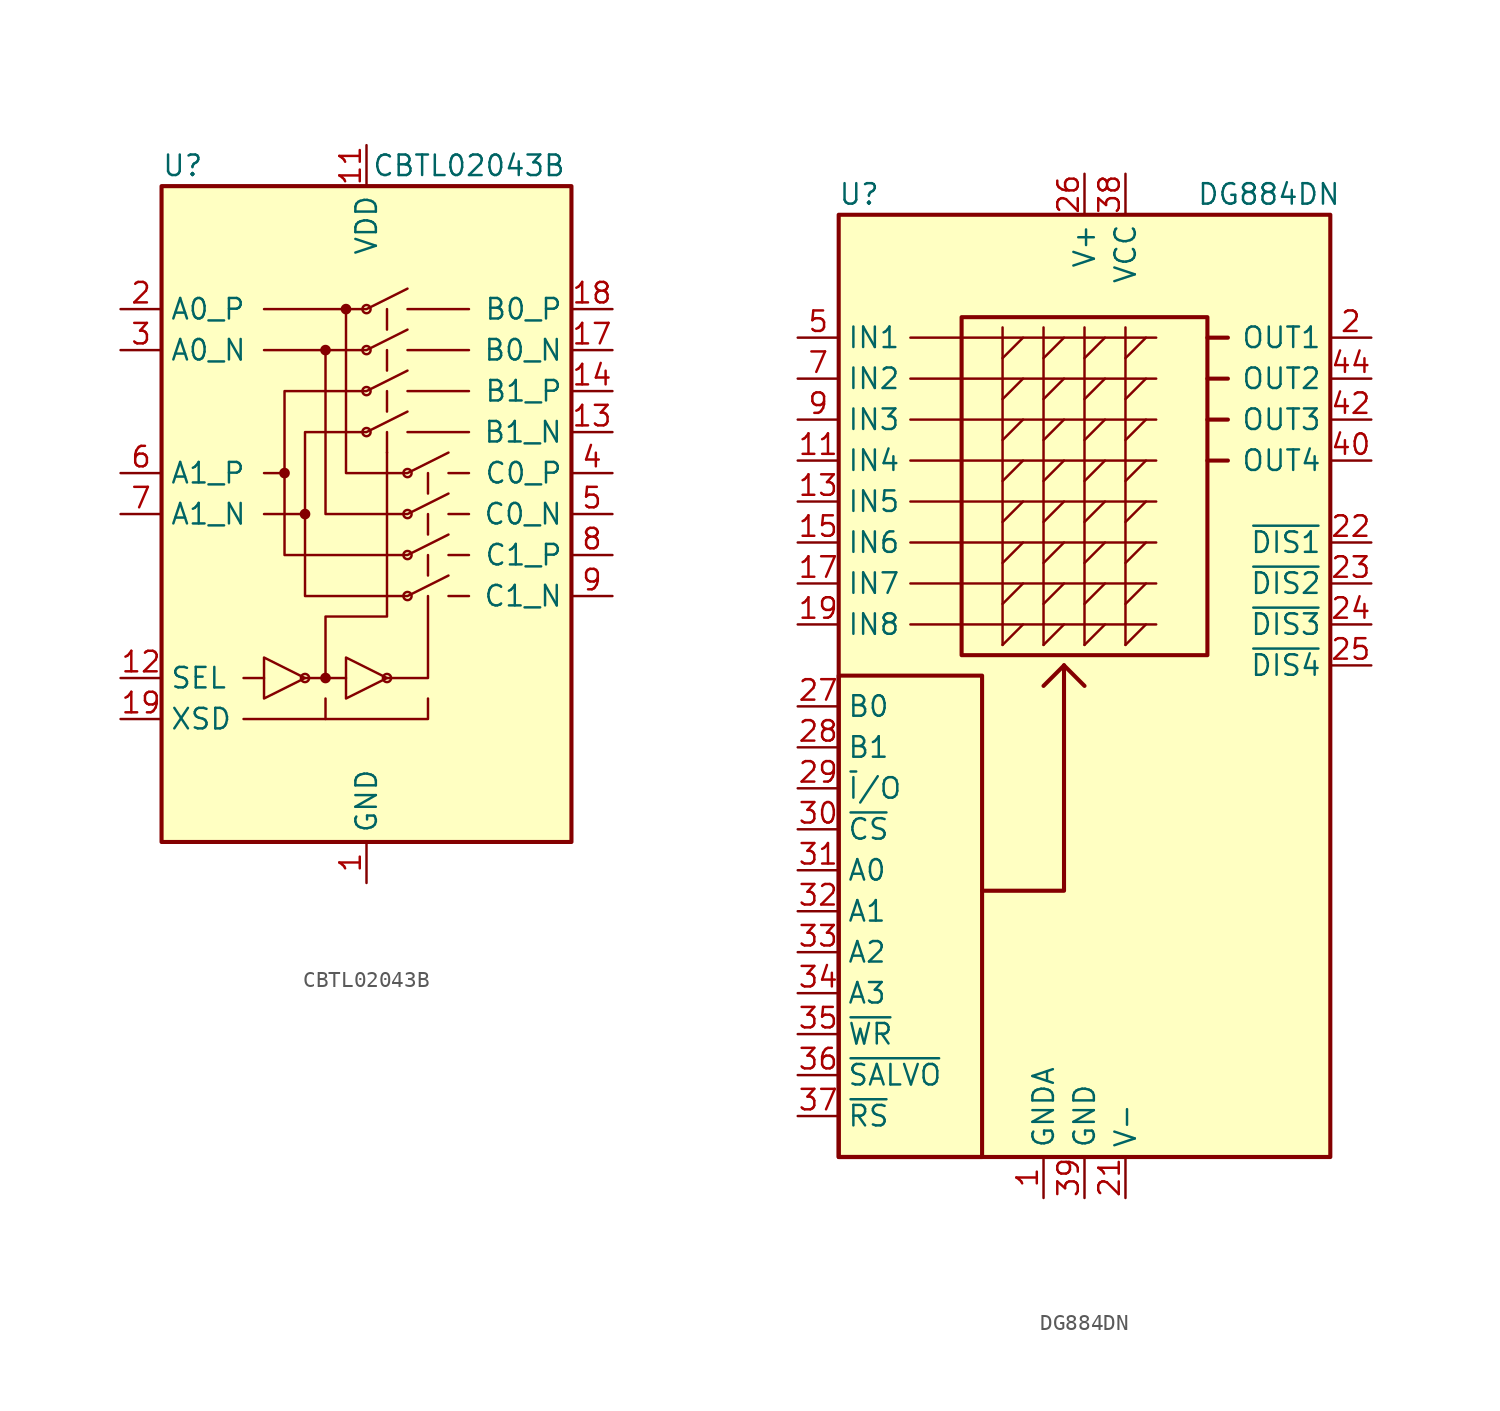
<source format=kicad_sym>
(kicad_symbol_lib
  (version 20201005)
  (generator kicad_symbol_editor)
  (symbol "Analog_Switch:CBTL02043B"
    (property "Reference" "U"
      (at -12.7 21.59 0)
      (effects (font (size 1.27 1.27)) (justify left)))
    (property "Value" "CBTL02043B"
      (at 6.35 21.59 0)
      (effects (font (size 1.27 1.27))))
    (symbol "CBTL02043B_0_1"
      (circle (center -5.08 2.54) (radius 0.254) (stroke (width 0)) (fill (type outline)))
      (circle (center -3.81 0) (radius 0.254) (stroke (width 0)) (fill (type outline)))
      (circle (center -2.54 10.16) (radius 0.254) (stroke (width 0)) (fill (type outline)))
      (circle (center -1.27 12.7) (radius 0.254) (stroke (width 0)) (fill (type outline)))
      (rectangle (start -12.7 20.32) (end 12.7 -20.32) (stroke (width 0.254)) (fill (type background)))
      (polyline (pts (xy -7.62 -10.16) (xy -6.35 -10.16)) (stroke (width 0)) (fill (type none)))
      (polyline (pts (xy -2.54 -12.7) (xy -2.54 -11.43)) (stroke (width 0)) (fill (type none)))
      (polyline (pts (xy -7.62 -12.7) (xy 3.81 -12.7) (xy 3.81 -11.43)) (stroke (width 0)) (fill (type none)))
      (polyline (pts (xy 1.27 -10.16) (xy -1.27 -8.89) (xy -1.27 -11.43) (xy 1.27 -10.16)) (stroke (width 0)) (fill (type none)))
      (polyline (pts (xy 5.08 -3.81) (xy 2.54 -5.08) (xy -3.81 -5.08) (xy -3.81 0)) (stroke (width 0)) (fill (type none)))
      (polyline (pts (xy 5.08 -1.27) (xy 2.54 -2.54) (xy -5.08 -2.54) (xy -5.08 2.54)) (stroke (width 0)) (fill (type none)))
      (polyline (pts (xy 5.08 1.27) (xy 2.54 0) (xy -2.54 0) (xy -2.54 10.16)) (stroke (width 0)) (fill (type none)))
      (polyline (pts (xy 5.08 3.81) (xy 2.54 2.54) (xy -1.27 2.54) (xy -1.27 12.7)) (stroke (width 0)) (fill (type none))))
    (symbol "CBTL02043B_1_1"
      (circle (center -3.81 -10.16) (radius 0.254) (stroke (width 0)) (fill (type none)))
      (circle (center -2.54 -10.16) (radius 0.254) (stroke (width 0)) (fill (type outline)))
      (circle (center 0 5.08) (radius 0.254) (stroke (width 0)) (fill (type none)))
      (circle (center 0 7.62) (radius 0.254) (stroke (width 0)) (fill (type none)))
      (circle (center 0 10.16) (radius 0.254) (stroke (width 0)) (fill (type none)))
      (circle (center 0 12.7) (radius 0.254) (stroke (width 0)) (fill (type none)))
      (circle (center 1.27 -10.16) (radius 0.254) (stroke (width 0)) (fill (type none)))
      (circle (center 2.54 -5.08) (radius 0.254) (stroke (width 0)) (fill (type none)))
      (circle (center 2.54 -2.54) (radius 0.254) (stroke (width 0)) (fill (type none)))
      (circle (center 2.54 0) (radius 0.254) (stroke (width 0)) (fill (type none)))
      (circle (center 2.54 2.54) (radius 0.254) (stroke (width 0)) (fill (type none)))
      (polyline (pts (xy -2.54 -10.16) (xy -1.27 -10.16)) (stroke (width 0)) (fill (type none)))
      (polyline (pts (xy 1.27 5.08) (xy 1.27 3.81)) (stroke (width 0)) (fill (type none)))
      (polyline (pts (xy 1.27 7.62) (xy 1.27 6.35)) (stroke (width 0)) (fill (type none)))
      (polyline (pts (xy 1.27 10.16) (xy 1.27 8.89)) (stroke (width 0)) (fill (type none)))
      (polyline (pts (xy 1.27 12.7) (xy 1.27 11.43)) (stroke (width 0)) (fill (type none)))
      (polyline (pts (xy 3.81 -3.81) (xy 3.81 -2.54)) (stroke (width 0)) (fill (type none)))
      (polyline (pts (xy 3.81 -1.27) (xy 3.81 0)) (stroke (width 0)) (fill (type none)))
      (polyline (pts (xy 3.81 1.27) (xy 3.81 2.54)) (stroke (width 0)) (fill (type none)))
      (polyline (pts (xy 6.35 -5.08) (xy 5.08 -5.08)) (stroke (width 0)) (fill (type none)))
      (polyline (pts (xy 6.35 -2.54) (xy 5.08 -2.54)) (stroke (width 0)) (fill (type none)))
      (polyline (pts (xy 6.35 0) (xy 5.08 0)) (stroke (width 0)) (fill (type none)))
      (polyline (pts (xy 6.35 2.54) (xy 5.08 2.54)) (stroke (width 0)) (fill (type none)))
      (polyline (pts (xy 6.35 5.08) (xy 2.54 5.08)) (stroke (width 0)) (fill (type none)))
      (polyline (pts (xy 6.35 7.62) (xy 2.54 7.62)) (stroke (width 0)) (fill (type none)))
      (polyline (pts (xy 6.35 10.16) (xy 2.54 10.16)) (stroke (width 0)) (fill (type none)))
      (polyline (pts (xy 6.35 12.7) (xy 2.54 12.7)) (stroke (width 0)) (fill (type none)))
      (polyline (pts (xy -6.35 10.16) (xy 0 10.16) (xy 2.54 11.43)) (stroke (width 0)) (fill (type none)))
      (polyline (pts (xy -6.35 12.7) (xy 0 12.7) (xy 2.54 13.97)) (stroke (width 0)) (fill (type none)))
      (polyline (pts (xy 1.27 -10.16) (xy 3.81 -10.16) (xy 3.81 -5.08)) (stroke (width 0)) (fill (type none)))
      (polyline (pts (xy -3.81 -10.16) (xy -6.35 -8.89) (xy -6.35 -11.43) (xy -3.81 -10.16)) (stroke (width 0)) (fill (type none)))
      (polyline (pts (xy -6.35 0) (xy -3.81 0) (xy -3.81 5.08) (xy 0 5.08) (xy 2.54 6.35)) (stroke (width 0)) (fill (type none)))
      (polyline (pts (xy -6.35 2.54) (xy -5.08 2.54) (xy -5.08 7.62) (xy 0 7.62) (xy 2.54 8.89)) (stroke (width 0)) (fill (type none)))
      (polyline (pts (xy 1.27 3.81) (xy 1.27 -6.35) (xy -2.54 -6.35) (xy -2.54 -10.16) (xy -3.81 -10.16)) (stroke (width 0)) (fill (type none)))
      (pin power_in line (at 0 -22.86 90) (length 2.54) (name "GND" (effects (font (size 1.27 1.27)))) (number "1" (effects (font (size 1.27 1.27)))))
      (pin passive line (at 0 -22.86 90) (length 2.54) hide (name "GND" (effects (font (size 1.27 1.27)))) (number "10" (effects (font (size 1.27 1.27)))))
      (pin power_in line (at 0 22.86 270) (length 2.54) (name "VDD" (effects (font (size 1.27 1.27)))) (number "11" (effects (font (size 1.27 1.27)))))
      (pin input line (at -15.24 -10.16 0) (length 2.54) (name "SEL" (effects (font (size 1.27 1.27)))) (number "12" (effects (font (size 1.27 1.27)))))
      (pin passive line (at 15.24 5.08 180) (length 2.54) (name "B1_N" (effects (font (size 1.27 1.27)))) (number "13" (effects (font (size 1.27 1.27)))))
      (pin passive line (at 15.24 7.62 180) (length 2.54) (name "B1_P" (effects (font (size 1.27 1.27)))) (number "14" (effects (font (size 1.27 1.27)))))
      (pin passive line (at 0 -22.86 90) (length 2.54) hide (name "GND" (effects (font (size 1.27 1.27)))) (number "15" (effects (font (size 1.27 1.27)))))
      (pin passive line (at 0 22.86 270) (length 2.54) hide (name "VDD" (effects (font (size 1.27 1.27)))) (number "16" (effects (font (size 1.27 1.27)))))
      (pin passive line (at 15.24 10.16 180) (length 2.54) (name "B0_N" (effects (font (size 1.27 1.27)))) (number "17" (effects (font (size 1.27 1.27)))))
      (pin passive line (at 15.24 12.7 180) (length 2.54) (name "B0_P" (effects (font (size 1.27 1.27)))) (number "18" (effects (font (size 1.27 1.27)))))
      (pin input line (at -15.24 -12.7 0) (length 2.54) (name "XSD" (effects (font (size 1.27 1.27)))) (number "19" (effects (font (size 1.27 1.27)))))
      (pin passive line (at -15.24 12.7 0) (length 2.54) (name "A0_P" (effects (font (size 1.27 1.27)))) (number "2" (effects (font (size 1.27 1.27)))))
      (pin passive line (at 0 22.86 270) (length 2.54) hide (name "VDD" (effects (font (size 1.27 1.27)))) (number "20" (effects (font (size 1.27 1.27)))))
      (pin passive line (at 0 -22.86 90) (length 2.54) hide (name "GND" (effects (font (size 1.27 1.27)))) (number "21" (effects (font (size 1.27 1.27)))))
      (pin passive line (at -15.24 10.16 0) (length 2.54) (name "A0_N" (effects (font (size 1.27 1.27)))) (number "3" (effects (font (size 1.27 1.27)))))
      (pin passive line (at 15.24 2.54 180) (length 2.54) (name "C0_P" (effects (font (size 1.27 1.27)))) (number "4" (effects (font (size 1.27 1.27)))))
      (pin passive line (at 15.24 0 180) (length 2.54) (name "C0_N" (effects (font (size 1.27 1.27)))) (number "5" (effects (font (size 1.27 1.27)))))
      (pin passive line (at -15.24 2.54 0) (length 2.54) (name "A1_P" (effects (font (size 1.27 1.27)))) (number "6" (effects (font (size 1.27 1.27)))))
      (pin passive line (at -15.24 0 0) (length 2.54) (name "A1_N" (effects (font (size 1.27 1.27)))) (number "7" (effects (font (size 1.27 1.27)))))
      (pin passive line (at 15.24 -2.54 180) (length 2.54) (name "C1_P" (effects (font (size 1.27 1.27)))) (number "8" (effects (font (size 1.27 1.27)))))
      (pin passive line (at 15.24 -5.08 180) (length 2.54) (name "C1_N" (effects (font (size 1.27 1.27)))) (number "9" (effects (font (size 1.27 1.27)))))))
  (symbol "Analog_Switch:DG884DN"
    (property "Reference" "U"
      (at -13.97 34.29 0)
      (effects (font (size 1.27 1.27))))
    (property "Value" "DG884DN"
      (at 11.43 34.29 0)
      (effects (font (size 1.27 1.27))))
    (symbol "DG884DN_0_1"
      (rectangle (start -15.24 -25.4) (end 15.24 33.02) (stroke (width 0.254)) (fill (type background)))
      (rectangle (start -15.24 4.445) (end -6.35 -25.4) (stroke (width 0.254)) (fill (type none)))
      (rectangle (start -7.62 26.67) (end 7.62 5.715) (stroke (width 0.254)) (fill (type none)))
      (polyline (pts (xy -10.795 7.62) (xy 4.445 7.62)) (stroke (width 0)) (fill (type none)))
      (polyline (pts (xy -10.795 10.16) (xy 4.445 10.16)) (stroke (width 0)) (fill (type none)))
      (polyline (pts (xy -10.795 12.7) (xy 4.445 12.7)) (stroke (width 0)) (fill (type none)))
      (polyline (pts (xy -10.795 15.24) (xy 4.445 15.24)) (stroke (width 0)) (fill (type none)))
      (polyline (pts (xy -10.795 17.78) (xy 4.445 17.78)) (stroke (width 0)) (fill (type none)))
      (polyline (pts (xy -10.795 20.32) (xy 4.445 20.32)) (stroke (width 0)) (fill (type none)))
      (polyline (pts (xy -10.795 22.86) (xy 4.445 22.86)) (stroke (width 0)) (fill (type none)))
      (polyline (pts (xy -10.795 25.4) (xy 4.445 25.4)) (stroke (width 0)) (fill (type none)))
      (polyline (pts (xy -5.08 6.35) (xy -3.81 7.62)) (stroke (width 0)) (fill (type none)))
      (polyline (pts (xy -5.08 8.89) (xy -3.81 10.16)) (stroke (width 0)) (fill (type none)))
      (polyline (pts (xy -5.08 11.43) (xy -3.81 12.7)) (stroke (width 0)) (fill (type none)))
      (polyline (pts (xy -5.08 13.97) (xy -3.81 15.24)) (stroke (width 0)) (fill (type none)))
      (polyline (pts (xy -5.08 16.51) (xy -3.81 17.78)) (stroke (width 0)) (fill (type none)))
      (polyline (pts (xy -5.08 19.05) (xy -3.81 20.32)) (stroke (width 0)) (fill (type none)))
      (polyline (pts (xy -5.08 21.59) (xy -3.81 22.86)) (stroke (width 0)) (fill (type none)))
      (polyline (pts (xy -5.08 24.13) (xy -3.81 25.4)) (stroke (width 0)) (fill (type none)))
      (polyline (pts (xy -5.08 26.035) (xy -5.08 6.35)) (stroke (width 0)) (fill (type none)))
      (polyline (pts (xy -2.54 6.35) (xy -1.27 7.62)) (stroke (width 0)) (fill (type none)))
      (polyline (pts (xy -2.54 8.89) (xy -1.27 10.16)) (stroke (width 0)) (fill (type none)))
      (polyline (pts (xy -2.54 11.43) (xy -1.27 12.7)) (stroke (width 0)) (fill (type none)))
      (polyline (pts (xy -2.54 13.97) (xy -1.27 15.24)) (stroke (width 0)) (fill (type none)))
      (polyline (pts (xy -2.54 16.51) (xy -1.27 17.78)) (stroke (width 0)) (fill (type none)))
      (polyline (pts (xy -2.54 19.05) (xy -1.27 20.32)) (stroke (width 0)) (fill (type none)))
      (polyline (pts (xy -2.54 21.59) (xy -1.27 22.86)) (stroke (width 0)) (fill (type none)))
      (polyline (pts (xy -2.54 24.13) (xy -1.27 25.4)) (stroke (width 0)) (fill (type none)))
      (polyline (pts (xy -2.54 26.035) (xy -2.54 6.35)) (stroke (width 0)) (fill (type none)))
      (polyline (pts (xy -1.27 5.08) (xy -2.54 3.81)) (stroke (width 0.254)) (fill (type none)))
      (polyline (pts (xy -1.27 5.08) (xy 0 3.81)) (stroke (width 0.254)) (fill (type none)))
      (polyline (pts (xy 0 6.35) (xy 1.27 7.62)) (stroke (width 0)) (fill (type none)))
      (polyline (pts (xy 0 8.89) (xy 1.27 10.16)) (stroke (width 0)) (fill (type none)))
      (polyline (pts (xy 0 11.43) (xy 1.27 12.7)) (stroke (width 0)) (fill (type none)))
      (polyline (pts (xy 0 13.97) (xy 1.27 15.24)) (stroke (width 0)) (fill (type none)))
      (polyline (pts (xy 0 16.51) (xy 1.27 17.78)) (stroke (width 0)) (fill (type none)))
      (polyline (pts (xy 0 19.05) (xy 1.27 20.32)) (stroke (width 0)) (fill (type none)))
      (polyline (pts (xy 0 21.59) (xy 1.27 22.86)) (stroke (width 0)) (fill (type none)))
      (polyline (pts (xy 0 24.13) (xy 1.27 25.4)) (stroke (width 0)) (fill (type none)))
      (polyline (pts (xy 0 26.035) (xy 0 6.35)) (stroke (width 0)) (fill (type none)))
      (polyline (pts (xy 2.54 6.35) (xy 3.81 7.62)) (stroke (width 0)) (fill (type none)))
      (polyline (pts (xy 2.54 8.89) (xy 3.81 10.16)) (stroke (width 0)) (fill (type none)))
      (polyline (pts (xy 2.54 11.43) (xy 3.81 12.7)) (stroke (width 0)) (fill (type none)))
      (polyline (pts (xy 2.54 13.97) (xy 3.81 15.24)) (stroke (width 0)) (fill (type none)))
      (polyline (pts (xy 2.54 16.51) (xy 3.81 17.78)) (stroke (width 0)) (fill (type none)))
      (polyline (pts (xy 2.54 19.05) (xy 3.81 20.32)) (stroke (width 0)) (fill (type none)))
      (polyline (pts (xy 2.54 21.59) (xy 3.81 22.86)) (stroke (width 0)) (fill (type none)))
      (polyline (pts (xy 2.54 24.13) (xy 3.81 25.4)) (stroke (width 0)) (fill (type none)))
      (polyline (pts (xy 2.54 26.035) (xy 2.54 6.35)) (stroke (width 0)) (fill (type none)))
      (polyline (pts (xy 7.62 20.32) (xy 8.89 20.32)) (stroke (width 0.254)) (fill (type none)))
      (polyline (pts (xy 7.62 22.86) (xy 8.89 22.86)) (stroke (width 0.254)) (fill (type none)))
      (polyline (pts (xy 8.89 17.78) (xy 7.62 17.78)) (stroke (width 0.254)) (fill (type none)))
      (polyline (pts (xy 8.89 25.4) (xy 7.62 25.4)) (stroke (width 0.254)) (fill (type none)))
      (polyline (pts (xy -6.35 -8.89) (xy -1.27 -8.89) (xy -1.27 5.08)) (stroke (width 0.254)) (fill (type none))))
    (symbol "DG884DN_1_1"
      (pin power_in line (at -2.54 -27.94 90) (length 2.54) (name "GNDA" (effects (font (size 1.27 1.27)))) (number "1" (effects (font (size 1.27 1.27)))))
      (pin passive line (at -2.54 -27.94 90) (length 2.54) hide (name "GNDA" (effects (font (size 1.27 1.27)))) (number "10" (effects (font (size 1.27 1.27)))))
      (pin input line (at -17.78 17.78 0) (length 2.54) (name "IN4" (effects (font (size 1.27 1.27)))) (number "11" (effects (font (size 1.27 1.27)))))
      (pin passive line (at -2.54 -27.94 90) (length 2.54) hide (name "GNDA" (effects (font (size 1.27 1.27)))) (number "12" (effects (font (size 1.27 1.27)))))
      (pin input line (at -17.78 15.24 0) (length 2.54) (name "IN5" (effects (font (size 1.27 1.27)))) (number "13" (effects (font (size 1.27 1.27)))))
      (pin passive line (at -2.54 -27.94 90) (length 2.54) hide (name "GNDA" (effects (font (size 1.27 1.27)))) (number "14" (effects (font (size 1.27 1.27)))))
      (pin input line (at -17.78 12.7 0) (length 2.54) (name "IN6" (effects (font (size 1.27 1.27)))) (number "15" (effects (font (size 1.27 1.27)))))
      (pin passive line (at -2.54 -27.94 90) (length 2.54) hide (name "GNDA" (effects (font (size 1.27 1.27)))) (number "16" (effects (font (size 1.27 1.27)))))
      (pin input line (at -17.78 10.16 0) (length 2.54) (name "IN7" (effects (font (size 1.27 1.27)))) (number "17" (effects (font (size 1.27 1.27)))))
      (pin passive line (at -2.54 -27.94 90) (length 2.54) hide (name "GNDA" (effects (font (size 1.27 1.27)))) (number "18" (effects (font (size 1.27 1.27)))))
      (pin input line (at -17.78 7.62 0) (length 2.54) (name "IN8" (effects (font (size 1.27 1.27)))) (number "19" (effects (font (size 1.27 1.27)))))
      (pin output line (at 17.78 25.4 180) (length 2.54) (name "OUT1" (effects (font (size 1.27 1.27)))) (number "2" (effects (font (size 1.27 1.27)))))
      (pin passive line (at -2.54 -27.94 90) (length 2.54) hide (name "GNDA" (effects (font (size 1.27 1.27)))) (number "20" (effects (font (size 1.27 1.27)))))
      (pin passive line (at 2.54 -27.94 90) (length 2.54) (name "V-" (effects (font (size 1.27 1.27)))) (number "21" (effects (font (size 1.27 1.27)))))
      (pin open_collector line (at 17.78 12.7 180) (length 2.54) (name "~DIS1" (effects (font (size 1.27 1.27)))) (number "22" (effects (font (size 1.27 1.27)))))
      (pin open_collector line (at 17.78 10.16 180) (length 2.54) (name "~DIS2" (effects (font (size 1.27 1.27)))) (number "23" (effects (font (size 1.27 1.27)))))
      (pin open_collector line (at 17.78 7.62 180) (length 2.54) (name "~DIS3" (effects (font (size 1.27 1.27)))) (number "24" (effects (font (size 1.27 1.27)))))
      (pin open_collector line (at 17.78 5.08 180) (length 2.54) (name "~DIS4" (effects (font (size 1.27 1.27)))) (number "25" (effects (font (size 1.27 1.27)))))
      (pin passive line (at 0 35.56 270) (length 2.54) (name "V+" (effects (font (size 1.27 1.27)))) (number "26" (effects (font (size 1.27 1.27)))))
      (pin input line (at -17.78 2.54 0) (length 2.54) (name "B0" (effects (font (size 1.27 1.27)))) (number "27" (effects (font (size 1.27 1.27)))))
      (pin input line (at -17.78 0 0) (length 2.54) (name "B1" (effects (font (size 1.27 1.27)))) (number "28" (effects (font (size 1.27 1.27)))))
      (pin input line (at -17.78 -2.54 0) (length 2.54) (name "~I~/O" (effects (font (size 1.27 1.27)))) (number "29" (effects (font (size 1.27 1.27)))))
      (pin passive line (at -2.54 -27.94 90) (length 2.54) hide (name "GNDA" (effects (font (size 1.27 1.27)))) (number "3" (effects (font (size 1.27 1.27)))))
      (pin input line (at -17.78 -5.08 0) (length 2.54) (name "~CS" (effects (font (size 1.27 1.27)))) (number "30" (effects (font (size 1.27 1.27)))))
      (pin input line (at -17.78 -7.62 0) (length 2.54) (name "A0" (effects (font (size 1.27 1.27)))) (number "31" (effects (font (size 1.27 1.27)))))
      (pin input line (at -17.78 -10.16 0) (length 2.54) (name "A1" (effects (font (size 1.27 1.27)))) (number "32" (effects (font (size 1.27 1.27)))))
      (pin input line (at -17.78 -12.7 0) (length 2.54) (name "A2" (effects (font (size 1.27 1.27)))) (number "33" (effects (font (size 1.27 1.27)))))
      (pin input line (at -17.78 -15.24 0) (length 2.54) (name "A3" (effects (font (size 1.27 1.27)))) (number "34" (effects (font (size 1.27 1.27)))))
      (pin input line (at -17.78 -17.78 0) (length 2.54) (name "~WR" (effects (font (size 1.27 1.27)))) (number "35" (effects (font (size 1.27 1.27)))))
      (pin input line (at -17.78 -20.32 0) (length 2.54) (name "~SALVO" (effects (font (size 1.27 1.27)))) (number "36" (effects (font (size 1.27 1.27)))))
      (pin input line (at -17.78 -22.86 0) (length 2.54) (name "~RS" (effects (font (size 1.27 1.27)))) (number "37" (effects (font (size 1.27 1.27)))))
      (pin power_in line (at 2.54 35.56 270) (length 2.54) (name "VCC" (effects (font (size 1.27 1.27)))) (number "38" (effects (font (size 1.27 1.27)))))
      (pin power_in line (at 0 -27.94 90) (length 2.54) (name "GND" (effects (font (size 1.27 1.27)))) (number "39" (effects (font (size 1.27 1.27)))))
      (pin passive line (at -2.54 -27.94 90) (length 2.54) hide (name "GNDA" (effects (font (size 1.27 1.27)))) (number "4" (effects (font (size 1.27 1.27)))))
      (pin output line (at 17.78 17.78 180) (length 2.54) (name "OUT4" (effects (font (size 1.27 1.27)))) (number "40" (effects (font (size 1.27 1.27)))))
      (pin passive line (at -2.54 -27.94 90) (length 2.54) hide (name "GNDA" (effects (font (size 1.27 1.27)))) (number "41" (effects (font (size 1.27 1.27)))))
      (pin output line (at 17.78 20.32 180) (length 2.54) (name "OUT3" (effects (font (size 1.27 1.27)))) (number "42" (effects (font (size 1.27 1.27)))))
      (pin passive line (at -2.54 -27.94 90) (length 2.54) hide (name "GNDA" (effects (font (size 1.27 1.27)))) (number "43" (effects (font (size 1.27 1.27)))))
      (pin output line (at 17.78 22.86 180) (length 2.54) (name "OUT2" (effects (font (size 1.27 1.27)))) (number "44" (effects (font (size 1.27 1.27)))))
      (pin input line (at -17.78 25.4 0) (length 2.54) (name "IN1" (effects (font (size 1.27 1.27)))) (number "5" (effects (font (size 1.27 1.27)))))
      (pin passive line (at -2.54 -27.94 90) (length 2.54) hide (name "GNDA" (effects (font (size 1.27 1.27)))) (number "6" (effects (font (size 1.27 1.27)))))
      (pin input line (at -17.78 22.86 0) (length 2.54) (name "IN2" (effects (font (size 1.27 1.27)))) (number "7" (effects (font (size 1.27 1.27)))))
      (pin passive line (at -2.54 -27.94 90) (length 2.54) hide (name "GNDA" (effects (font (size 1.27 1.27)))) (number "8" (effects (font (size 1.27 1.27)))))
      (pin input line (at -17.78 20.32 0) (length 2.54) (name "IN3" (effects (font (size 1.27 1.27)))) (number "9" (effects (font (size 1.27 1.27))))))))
</source>
